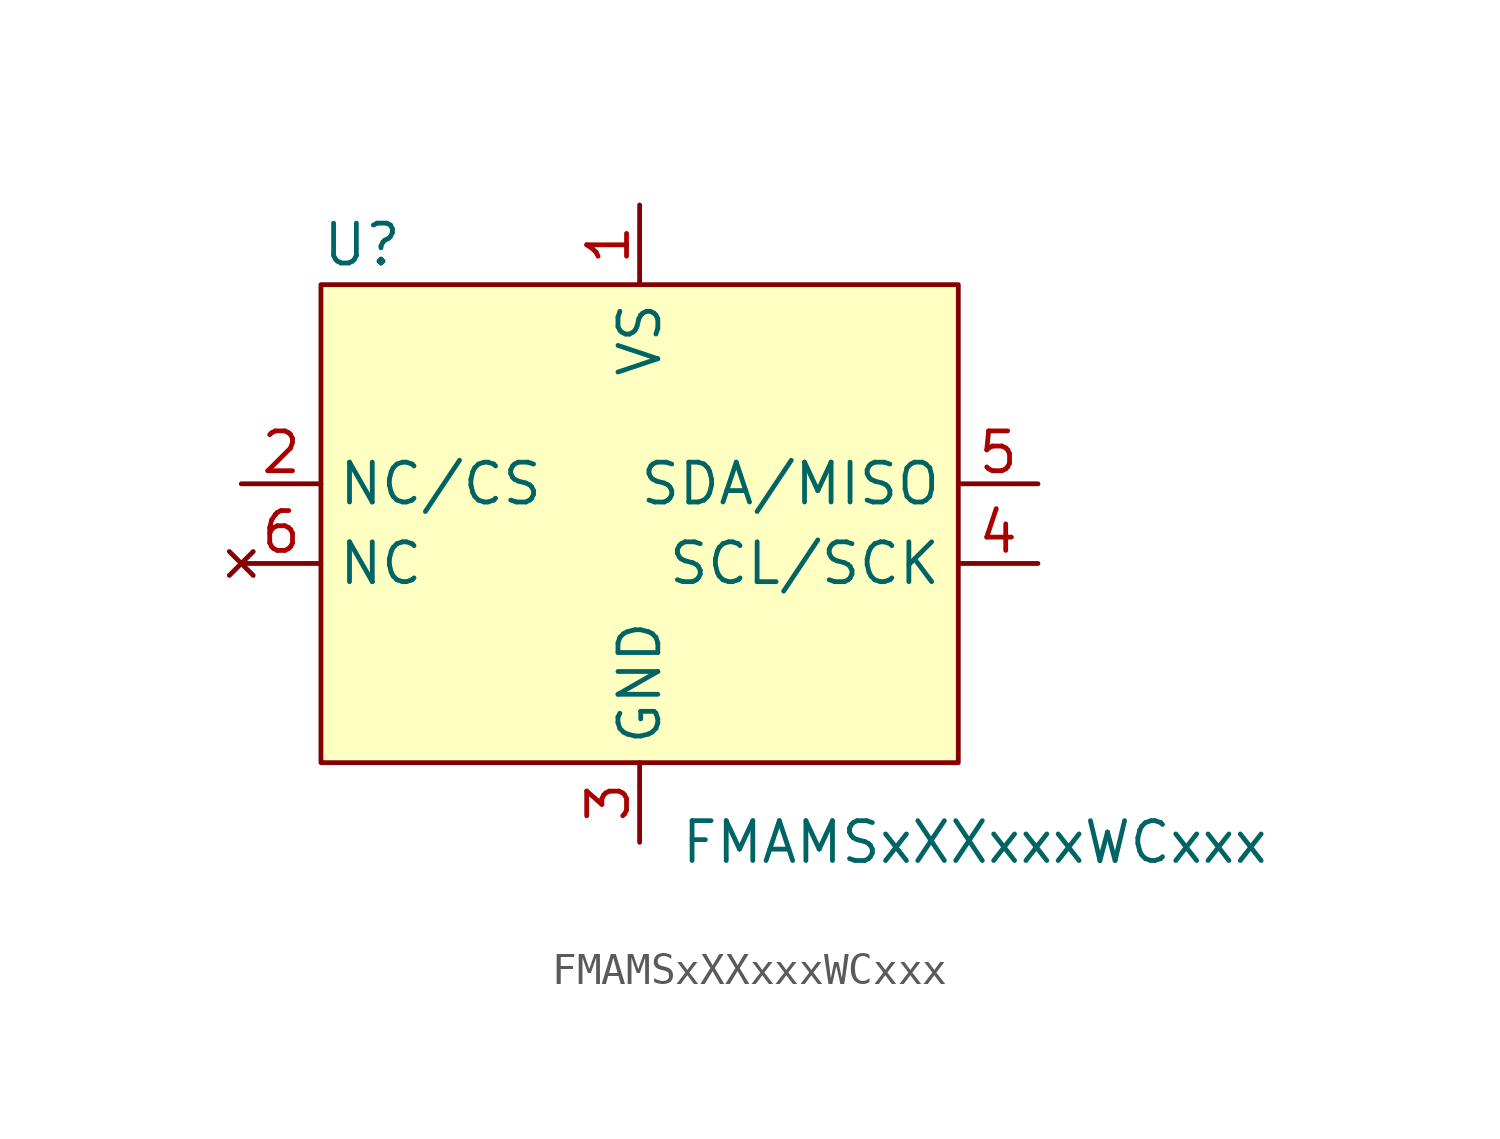
<source format=kicad_sym>
(kicad_symbol_lib
  (version 20211014)
  (generator kicad_symbol_editor)
  (symbol "FMAMSxXXxxxWCxxx"
    (property "Reference" "U"
      (at -10.16 8.89 0)
      (effects (font (size 1.27 1.27)) (justify left)))
    (property "Value" "FMAMSxXXxxxWCxxx"
      (at 1.27 -10.16 0)
      (effects (font (size 1.27 1.27)) (justify left)))
    (symbol "FMAMSxXXxxxWCxxx_0_1"
      (rectangle (start -10.16 7.62) (end 10.16 -7.62) (stroke (width 0) (type default) (color 0 0 0 0)) (fill (type background))))
    (symbol "FMAMSxXXxxxWCxxx_1_1"
      (pin power_in line (at 0 10.16 270) (length 2.54) (name "VS" (effects (font (size 1.27 1.27)))) (number "1" (effects (font (size 1.27 1.27)))))
      (pin input line (at -12.7 1.27 0) (length 2.54) (name "NC/CS" (effects (font (size 1.27 1.27)))) (number "2" (effects (font (size 1.27 1.27)))))
      (pin power_in line (at 0 -10.16 90) (length 2.54) (name "GND" (effects (font (size 1.27 1.27)))) (number "3" (effects (font (size 1.27 1.27)))))
      (pin input line (at 12.7 -1.27 180) (length 2.54) (name "SCL/SCK" (effects (font (size 1.27 1.27)))) (number "4" (effects (font (size 1.27 1.27)))))
      (pin bidirectional line (at 12.7 1.27 180) (length 2.54) (name "SDA/MISO" (effects (font (size 1.27 1.27)))) (number "5" (effects (font (size 1.27 1.27)))))
      (pin no_connect line (at -12.7 -1.27 0) (length 2.54) (name "NC" (effects (font (size 1.27 1.27)))) (number "6" (effects (font (size 1.27 1.27))))))))
</source>
